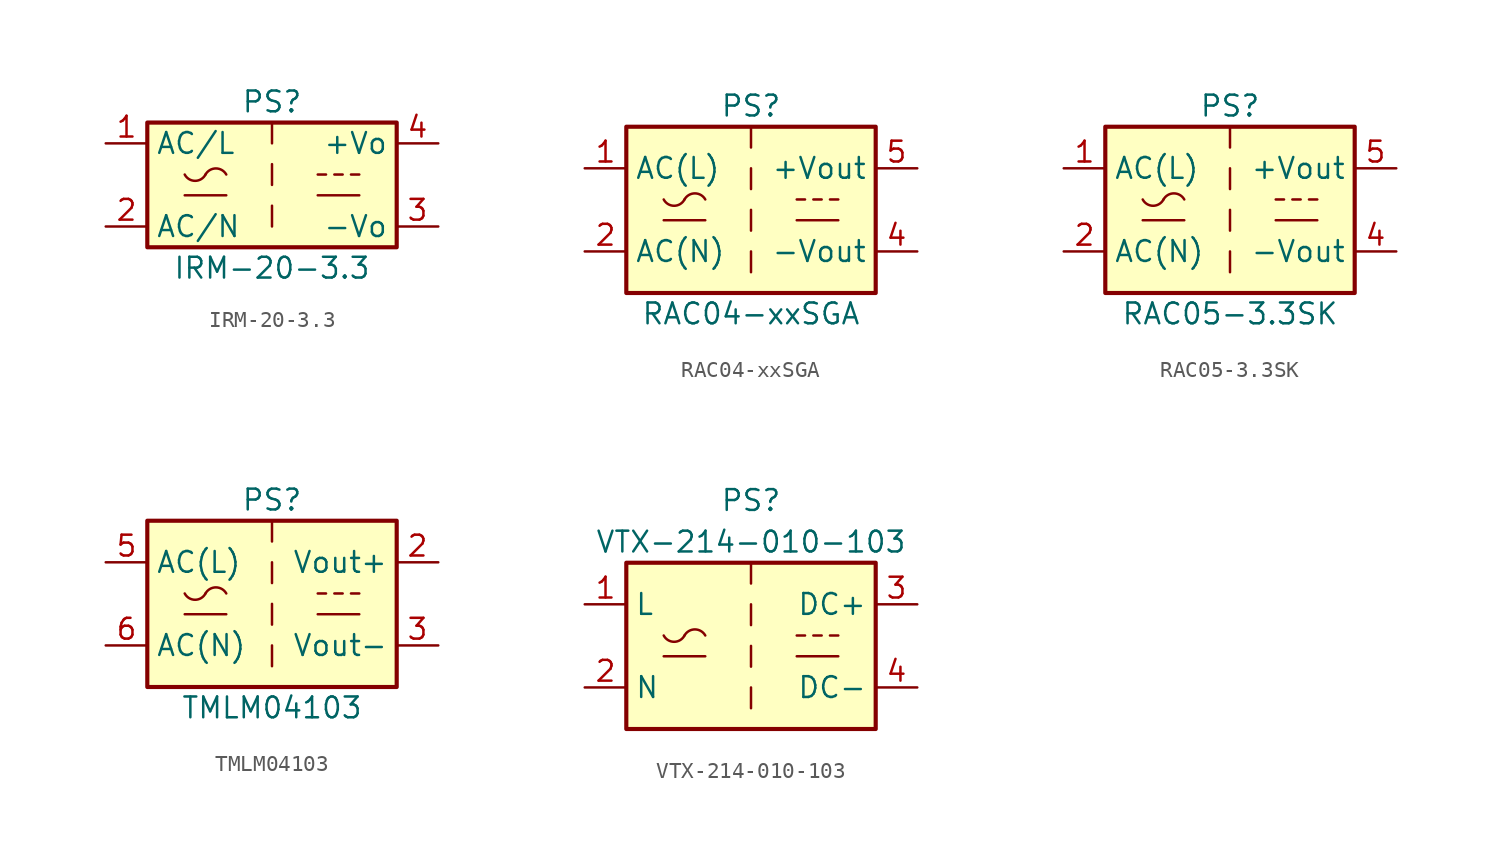
<source format=kicad_sym>
(kicad_symbol_lib
  (version 20220914)
  (generator kicad_symbol_editor)
  (symbol "IRM-20-3.3"
    (property "Reference" "PS"
      (at 0 5.08 0)
      (effects (font (size 1.27 1.27))))
    (property "Value" "IRM-20-3.3"
      (at 0 -5.08 0)
      (effects (font (size 1.27 1.27))))
    (symbol "IRM-20-3.3_0_1"
      (rectangle (start -7.62 3.81) (end 7.62 -3.81) (stroke (width 0.254) (type default)) (fill (type background)))
      (arc (start -5.334 0.635) (mid -4.699 0.2495) (end -4.064 0.635) (stroke (width 0) (type default)) (fill (type none)))
      (arc (start -2.794 0.635) (mid -3.429 1.0072) (end -4.064 0.635) (stroke (width 0) (type default)) (fill (type none)))
      (polyline (pts (xy -5.334 -0.635) (xy -2.794 -0.635)) (stroke (width 0) (type default)) (fill (type none)))
      (polyline (pts (xy 0 -1.27) (xy 0 -2.54)) (stroke (width 0) (type default)) (fill (type none)))
      (polyline (pts (xy 0 1.27) (xy 0 0)) (stroke (width 0) (type default)) (fill (type none)))
      (polyline (pts (xy 0 3.81) (xy 0 2.54)) (stroke (width 0) (type default)) (fill (type none)))
      (polyline (pts (xy 2.794 -0.635) (xy 5.334 -0.635)) (stroke (width 0) (type default)) (fill (type none)))
      (polyline (pts (xy 2.794 0.635) (xy 3.302 0.635)) (stroke (width 0) (type default)) (fill (type none)))
      (polyline (pts (xy 3.81 0.635) (xy 4.318 0.635)) (stroke (width 0) (type default)) (fill (type none)))
      (polyline (pts (xy 4.826 0.635) (xy 5.334 0.635)) (stroke (width 0) (type default)) (fill (type none))))
    (symbol "IRM-20-3.3_1_1"
      (pin power_in line (at -10.16 2.54 0) (length 2.54) (name "AC/L" (effects (font (size 1.27 1.27)))) (number "1" (effects (font (size 1.27 1.27)))))
      (pin power_in line (at -10.16 -2.54 0) (length 2.54) (name "AC/N" (effects (font (size 1.27 1.27)))) (number "2" (effects (font (size 1.27 1.27)))))
      (pin power_out line (at 10.16 -2.54 180) (length 2.54) (name "-Vo" (effects (font (size 1.27 1.27)))) (number "3" (effects (font (size 1.27 1.27)))))
      (pin power_out line (at 10.16 2.54 180) (length 2.54) (name "+Vo" (effects (font (size 1.27 1.27)))) (number "4" (effects (font (size 1.27 1.27)))))))
  (symbol "RAC04-xxSGA"
    (property "Reference" "PS"
      (at 0 6.35 0)
      (effects (font (size 1.27 1.27))))
    (property "Value" "RAC04-xxSGA"
      (at 0 -6.35 0)
      (effects (font (size 1.27 1.27))))
    (symbol "RAC04-xxSGA_1_1"
      (rectangle (start -7.62 5.08) (end 7.62 -5.08) (stroke (width 0.254) (type default)) (fill (type background)))
      (arc (start -5.334 0.635) (mid -4.699 0.2495) (end -4.064 0.635) (stroke (width 0) (type default)) (fill (type none)))
      (arc (start -2.794 0.635) (mid -3.429 1.0072) (end -4.064 0.635) (stroke (width 0) (type default)) (fill (type none)))
      (polyline (pts (xy -5.334 -0.635) (xy -2.794 -0.635)) (stroke (width 0) (type default)) (fill (type none)))
      (polyline (pts (xy 0 -2.54) (xy 0 -3.81)) (stroke (width 0) (type default)) (fill (type none)))
      (polyline (pts (xy 0 0) (xy 0 -1.27)) (stroke (width 0) (type default)) (fill (type none)))
      (polyline (pts (xy 0 2.54) (xy 0 1.27)) (stroke (width 0) (type default)) (fill (type none)))
      (polyline (pts (xy 0 5.08) (xy 0 3.81)) (stroke (width 0) (type default)) (fill (type none)))
      (polyline (pts (xy 2.794 -0.635) (xy 5.334 -0.635)) (stroke (width 0) (type default)) (fill (type none)))
      (polyline (pts (xy 2.794 0.635) (xy 3.302 0.635)) (stroke (width 0) (type default)) (fill (type none)))
      (polyline (pts (xy 3.81 0.635) (xy 4.318 0.635)) (stroke (width 0) (type default)) (fill (type none)))
      (polyline (pts (xy 4.826 0.635) (xy 5.334 0.635)) (stroke (width 0) (type default)) (fill (type none)))
      (pin power_in line (at -10.16 2.54 0) (length 2.54) (name "AC(L)" (effects (font (size 1.27 1.27)))) (number "1" (effects (font (size 1.27 1.27)))))
      (pin power_in line (at -10.16 -2.54 0) (length 2.54) (name "AC(N)" (effects (font (size 1.27 1.27)))) (number "2" (effects (font (size 1.27 1.27)))))
      (pin no_connect line (at 7.62 0 180) (length 2.54) hide (name "NC" (effects (font (size 1.27 1.27)))) (number "3" (effects (font (size 1.27 1.27)))))
      (pin power_out line (at 10.16 -2.54 180) (length 2.54) (name "-Vout" (effects (font (size 1.27 1.27)))) (number "4" (effects (font (size 1.27 1.27)))))
      (pin power_out line (at 10.16 2.54 180) (length 2.54) (name "+Vout" (effects (font (size 1.27 1.27)))) (number "5" (effects (font (size 1.27 1.27)))))))
  (symbol "RAC05-3.3SK"
    (property "Reference" "PS"
      (at 0 6.35 0)
      (effects (font (size 1.27 1.27))))
    (property "Value" "RAC05-3.3SK"
      (at 0 -6.35 0)
      (effects (font (size 1.27 1.27))))
    (symbol "RAC05-3.3SK_1_1"
      (rectangle (start -7.62 5.08) (end 7.62 -5.08) (stroke (width 0.254) (type default)) (fill (type background)))
      (arc (start -5.334 0.635) (mid -4.699 0.2495) (end -4.064 0.635) (stroke (width 0) (type default)) (fill (type none)))
      (arc (start -2.794 0.635) (mid -3.429 1.0072) (end -4.064 0.635) (stroke (width 0) (type default)) (fill (type none)))
      (polyline (pts (xy -5.334 -0.635) (xy -2.794 -0.635)) (stroke (width 0) (type default)) (fill (type none)))
      (polyline (pts (xy 0 -2.54) (xy 0 -3.81)) (stroke (width 0) (type default)) (fill (type none)))
      (polyline (pts (xy 0 0) (xy 0 -1.27)) (stroke (width 0) (type default)) (fill (type none)))
      (polyline (pts (xy 0 2.54) (xy 0 1.27)) (stroke (width 0) (type default)) (fill (type none)))
      (polyline (pts (xy 0 5.08) (xy 0 3.81)) (stroke (width 0) (type default)) (fill (type none)))
      (polyline (pts (xy 2.794 -0.635) (xy 5.334 -0.635)) (stroke (width 0) (type default)) (fill (type none)))
      (polyline (pts (xy 2.794 0.635) (xy 3.302 0.635)) (stroke (width 0) (type default)) (fill (type none)))
      (polyline (pts (xy 3.81 0.635) (xy 4.318 0.635)) (stroke (width 0) (type default)) (fill (type none)))
      (polyline (pts (xy 4.826 0.635) (xy 5.334 0.635)) (stroke (width 0) (type default)) (fill (type none)))
      (pin power_in line (at -10.16 2.54 0) (length 2.54) (name "AC(L)" (effects (font (size 1.27 1.27)))) (number "1" (effects (font (size 1.27 1.27)))))
      (pin power_in line (at -10.16 -2.54 0) (length 2.54) (name "AC(N)" (effects (font (size 1.27 1.27)))) (number "2" (effects (font (size 1.27 1.27)))))
      (pin no_connect line (at 7.62 0 180) (length 2.54) hide (name "NC" (effects (font (size 1.27 1.27)))) (number "3" (effects (font (size 1.27 1.27)))))
      (pin power_out line (at 10.16 -2.54 180) (length 2.54) (name "-Vout" (effects (font (size 1.27 1.27)))) (number "4" (effects (font (size 1.27 1.27)))))
      (pin power_out line (at 10.16 2.54 180) (length 2.54) (name "+Vout" (effects (font (size 1.27 1.27)))) (number "5" (effects (font (size 1.27 1.27)))))))
  (symbol "TMLM04103"
    (property "Reference" "PS"
      (at 0 6.35 0)
      (effects (font (size 1.27 1.27))))
    (property "Value" "TMLM04103"
      (at 0 -6.35 0)
      (effects (font (size 1.27 1.27))))
    (symbol "TMLM04103_0_1"
      (rectangle (start -7.62 5.08) (end 7.62 -5.08) (stroke (width 0.254) (type default)) (fill (type background)))
      (arc (start -5.334 0.635) (mid -4.699 0.2495) (end -4.064 0.635) (stroke (width 0) (type default)) (fill (type none)))
      (arc (start -2.794 0.635) (mid -3.429 1.0072) (end -4.064 0.635) (stroke (width 0) (type default)) (fill (type none)))
      (polyline (pts (xy -5.334 -0.635) (xy -2.794 -0.635)) (stroke (width 0) (type default)) (fill (type none)))
      (polyline (pts (xy 0 -2.54) (xy 0 -3.81)) (stroke (width 0) (type default)) (fill (type none)))
      (polyline (pts (xy 0 0) (xy 0 -1.27)) (stroke (width 0) (type default)) (fill (type none)))
      (polyline (pts (xy 0 2.54) (xy 0 1.27)) (stroke (width 0) (type default)) (fill (type none)))
      (polyline (pts (xy 0 5.08) (xy 0 3.81)) (stroke (width 0) (type default)) (fill (type none)))
      (polyline (pts (xy 2.794 -0.635) (xy 5.334 -0.635)) (stroke (width 0) (type default)) (fill (type none)))
      (polyline (pts (xy 2.794 0.635) (xy 3.302 0.635)) (stroke (width 0) (type default)) (fill (type none)))
      (polyline (pts (xy 3.81 0.635) (xy 4.318 0.635)) (stroke (width 0) (type default)) (fill (type none)))
      (polyline (pts (xy 4.826 0.635) (xy 5.334 0.635)) (stroke (width 0) (type default)) (fill (type none))))
    (symbol "TMLM04103_1_1"
      (pin power_out line (at 10.16 2.54 180) (length 2.54) (name "Vout+" (effects (font (size 1.27 1.27)))) (number "2" (effects (font (size 1.27 1.27)))))
      (pin power_out line (at 10.16 -2.54 180) (length 2.54) (name "Vout-" (effects (font (size 1.27 1.27)))) (number "3" (effects (font (size 1.27 1.27)))))
      (pin power_in line (at -10.16 2.54 0) (length 2.54) (name "AC(L)" (effects (font (size 1.27 1.27)))) (number "5" (effects (font (size 1.27 1.27)))))
      (pin power_in line (at -10.16 -2.54 0) (length 2.54) (name "AC(N)" (effects (font (size 1.27 1.27)))) (number "6" (effects (font (size 1.27 1.27)))))))
  (symbol "VTX-214-010-103"
    (property "Reference" "PS"
      (at 0 8.89 0)
      (effects (font (size 1.27 1.27))))
    (property "Value" "VTX-214-010-103"
      (at 0 6.35 0)
      (effects (font (size 1.27 1.27))))
    (symbol "VTX-214-010-103_0_1"
      (rectangle (start -7.62 5.08) (end 7.62 -5.08) (stroke (width 0.254) (type default)) (fill (type background)))
      (arc (start -5.334 0.635) (mid -4.699 0.2495) (end -4.064 0.635) (stroke (width 0) (type default)) (fill (type none)))
      (arc (start -2.794 0.635) (mid -3.429 1.0072) (end -4.064 0.635) (stroke (width 0) (type default)) (fill (type none)))
      (polyline (pts (xy -5.334 -0.635) (xy -2.794 -0.635)) (stroke (width 0) (type default)) (fill (type none)))
      (polyline (pts (xy 2.794 -0.635) (xy 5.334 -0.635)) (stroke (width 0) (type default)) (fill (type none)))
      (polyline (pts (xy 2.794 0.635) (xy 3.302 0.635)) (stroke (width 0) (type default)) (fill (type none)))
      (polyline (pts (xy 3.81 0.635) (xy 4.318 0.635)) (stroke (width 0) (type default)) (fill (type none)))
      (polyline (pts (xy 4.826 0.635) (xy 5.334 0.635)) (stroke (width 0) (type default)) (fill (type none))))
    (symbol "VTX-214-010-103_1_1"
      (polyline (pts (xy 0 -2.54) (xy 0 -3.81)) (stroke (width 0) (type default)) (fill (type none)))
      (polyline (pts (xy 0 0) (xy 0 -1.27)) (stroke (width 0) (type default)) (fill (type none)))
      (polyline (pts (xy 0 2.54) (xy 0 1.27)) (stroke (width 0) (type default)) (fill (type none)))
      (polyline (pts (xy 0 5.08) (xy 0 3.81)) (stroke (width 0) (type default)) (fill (type none)))
      (pin power_in line (at -10.16 2.54 0) (length 2.54) (name "L" (effects (font (size 1.27 1.27)))) (number "1" (effects (font (size 1.27 1.27)))))
      (pin power_in line (at -10.16 -2.54 0) (length 2.54) (name "N" (effects (font (size 1.27 1.27)))) (number "2" (effects (font (size 1.27 1.27)))))
      (pin power_out line (at 10.16 2.54 180) (length 2.54) (name "DC+" (effects (font (size 1.27 1.27)))) (number "3" (effects (font (size 1.27 1.27)))))
      (pin power_out line (at 10.16 -2.54 180) (length 2.54) (name "DC-" (effects (font (size 1.27 1.27)))) (number "4" (effects (font (size 1.27 1.27))))))))
</source>
